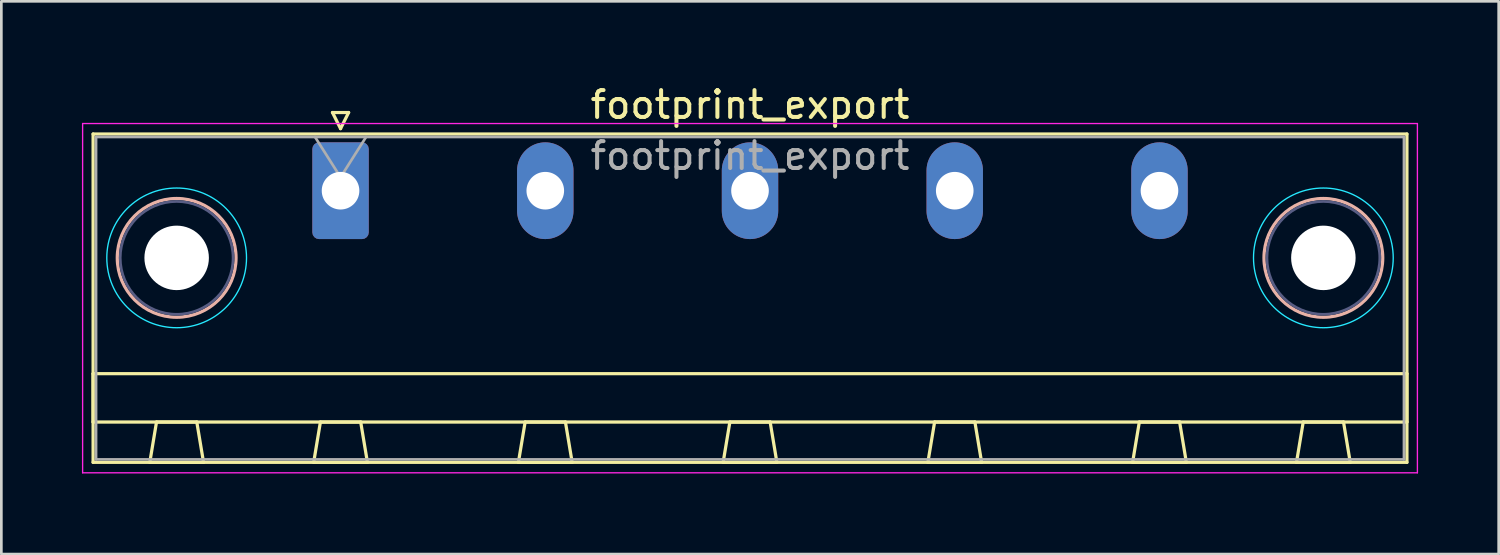
<source format=kicad_pcb>
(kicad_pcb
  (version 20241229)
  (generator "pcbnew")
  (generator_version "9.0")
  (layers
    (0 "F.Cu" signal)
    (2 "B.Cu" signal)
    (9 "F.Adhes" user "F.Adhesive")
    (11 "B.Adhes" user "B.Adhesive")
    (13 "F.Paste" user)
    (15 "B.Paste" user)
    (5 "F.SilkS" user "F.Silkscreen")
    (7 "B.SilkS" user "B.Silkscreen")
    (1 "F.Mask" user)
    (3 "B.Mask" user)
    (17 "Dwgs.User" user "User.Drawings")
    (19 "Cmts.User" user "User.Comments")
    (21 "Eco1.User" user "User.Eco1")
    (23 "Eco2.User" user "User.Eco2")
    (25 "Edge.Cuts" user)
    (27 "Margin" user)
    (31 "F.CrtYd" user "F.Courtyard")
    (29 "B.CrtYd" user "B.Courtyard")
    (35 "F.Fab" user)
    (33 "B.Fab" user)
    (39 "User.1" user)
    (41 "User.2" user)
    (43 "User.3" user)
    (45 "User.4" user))
  (footprint "footprint_export"
    (layer "F.Cu")
    (at 9.625 4.048)
    (property "Reference" "footprint_export" (at 15.24 -3.2 0) (layer "F.SilkS") (effects (font (size 1 1) (thickness 0.15))))
    (attr through_hole)
    (fp_line (start -9.21 -2.11) (end -9.21 10.11) (stroke (width 0.12) (type solid)) (layer "F.SilkS"))
    (fp_line (start -9.21 6.81) (end 39.69 6.81) (stroke (width 0.12) (type solid)) (layer "F.SilkS"))
    (fp_line (start -9.21 8.61) (end -9.21 6.81) (stroke (width 0.12) (type solid)) (layer "F.SilkS"))
    (fp_line (start -9.21 10.11) (end 39.69 10.11) (stroke (width 0.12) (type solid)) (layer "F.SilkS"))
    (fp_line (start -7.1 10.11) (end -5.1 10.11) (stroke (width 0.12) (type solid)) (layer "F.SilkS"))
    (fp_line (start -6.85 8.61) (end -7.1 10.11) (stroke (width 0.12) (type solid)) (layer "F.SilkS"))
    (fp_line (start -5.35 8.61) (end -6.85 8.61) (stroke (width 0.12) (type solid)) (layer "F.SilkS"))
    (fp_line (start -5.1 10.11) (end -5.35 8.61) (stroke (width 0.12) (type solid)) (layer "F.SilkS"))
    (fp_line (start -1 10.11) (end 1 10.11) (stroke (width 0.12) (type solid)) (layer "F.SilkS"))
    (fp_line (start -0.75 8.61) (end -1 10.11) (stroke (width 0.12) (type solid)) (layer "F.SilkS"))
    (fp_line (start -0.3 -2.91) (end 0.3 -2.91) (stroke (width 0.12) (type solid)) (layer "F.SilkS"))
    (fp_line (start 0 -2.31) (end -0.3 -2.91) (stroke (width 0.12) (type solid)) (layer "F.SilkS"))
    (fp_line (start 0.3 -2.91) (end 0 -2.31) (stroke (width 0.12) (type solid)) (layer "F.SilkS"))
    (fp_line (start 0.75 8.61) (end -0.75 8.61) (stroke (width 0.12) (type solid)) (layer "F.SilkS"))
    (fp_line (start 1 10.11) (end 0.75 8.61) (stroke (width 0.12) (type solid)) (layer "F.SilkS"))
    (fp_line (start 6.62 10.11) (end 8.62 10.11) (stroke (width 0.12) (type solid)) (layer "F.SilkS"))
    (fp_line (start 6.87 8.61) (end 6.62 10.11) (stroke (width 0.12) (type solid)) (layer "F.SilkS"))
    (fp_line (start 8.37 8.61) (end 6.87 8.61) (stroke (width 0.12) (type solid)) (layer "F.SilkS"))
    (fp_line (start 8.62 10.11) (end 8.37 8.61) (stroke (width 0.12) (type solid)) (layer "F.SilkS"))
    (fp_line (start 14.24 10.11) (end 16.24 10.11) (stroke (width 0.12) (type solid)) (layer "F.SilkS"))
    (fp_line (start 14.49 8.61) (end 14.24 10.11) (stroke (width 0.12) (type solid)) (layer "F.SilkS"))
    (fp_line (start 15.99 8.61) (end 14.49 8.61) (stroke (width 0.12) (type solid)) (layer "F.SilkS"))
    (fp_line (start 16.24 10.11) (end 15.99 8.61) (stroke (width 0.12) (type solid)) (layer "F.SilkS"))
    (fp_line (start 21.86 10.11) (end 23.86 10.11) (stroke (width 0.12) (type solid)) (layer "F.SilkS"))
    (fp_line (start 22.11 8.61) (end 21.86 10.11) (stroke (width 0.12) (type solid)) (layer "F.SilkS"))
    (fp_line (start 23.61 8.61) (end 22.11 8.61) (stroke (width 0.12) (type solid)) (layer "F.SilkS"))
    (fp_line (start 23.86 10.11) (end 23.61 8.61) (stroke (width 0.12) (type solid)) (layer "F.SilkS"))
    (fp_line (start 29.48 10.11) (end 31.48 10.11) (stroke (width 0.12) (type solid)) (layer "F.SilkS"))
    (fp_line (start 29.73 8.61) (end 29.48 10.11) (stroke (width 0.12) (type solid)) (layer "F.SilkS"))
    (fp_line (start 31.23 8.61) (end 29.73 8.61) (stroke (width 0.12) (type solid)) (layer "F.SilkS"))
    (fp_line (start 31.48 10.11) (end 31.23 8.61) (stroke (width 0.12) (type solid)) (layer "F.SilkS"))
    (fp_line (start 35.58 10.11) (end 37.58 10.11) (stroke (width 0.12) (type solid)) (layer "F.SilkS"))
    (fp_line (start 35.83 8.61) (end 35.58 10.11) (stroke (width 0.12) (type solid)) (layer "F.SilkS"))
    (fp_line (start 37.33 8.61) (end 35.83 8.61) (stroke (width 0.12) (type solid)) (layer "F.SilkS"))
    (fp_line (start 37.58 10.11) (end 37.33 8.61) (stroke (width 0.12) (type solid)) (layer "F.SilkS"))
    (fp_line (start 39.69 -2.11) (end -9.21 -2.11) (stroke (width 0.12) (type solid)) (layer "F.SilkS"))
    (fp_line (start 39.69 6.81) (end 39.69 8.61) (stroke (width 0.12) (type solid)) (layer "F.SilkS"))
    (fp_line (start 39.69 8.61) (end -9.21 8.61) (stroke (width 0.12) (type solid)) (layer "F.SilkS"))
    (fp_line (start 39.69 10.11) (end 39.69 -2.11) (stroke (width 0.12) (type solid)) (layer "F.SilkS"))
    (fp_circle (center -6.1 2.5) (end -3.89 2.5) (stroke (width 0.12) (type solid)) (fill no) (layer "B.SilkS"))
    (fp_circle (center 36.58 2.5) (end 38.79 2.5) (stroke (width 0.12) (type solid)) (fill no) (layer "B.SilkS"))
    (fp_circle (center -6.1 2.5) (end -3.5 2.5) (stroke (width 0.05) (type solid)) (fill no) (layer "B.CrtYd"))
    (fp_circle (center 36.58 2.5) (end 39.18 2.5) (stroke (width 0.05) (type solid)) (fill no) (layer "B.CrtYd"))
    (fp_line (start -9.6 -2.5) (end -9.6 10.5) (stroke (width 0.05) (type solid)) (layer "F.CrtYd"))
    (fp_line (start -9.6 10.5) (end 40.08 10.5) (stroke (width 0.05) (type solid)) (layer "F.CrtYd"))
    (fp_line (start 40.08 -2.5) (end -9.6 -2.5) (stroke (width 0.05) (type solid)) (layer "F.CrtYd"))
    (fp_line (start 40.08 10.5) (end 40.08 -2.5) (stroke (width 0.05) (type solid)) (layer "F.CrtYd"))
    (fp_circle (center -6.1 2.5) (end -4 2.5) (stroke (width 0.1) (type solid)) (fill no) (layer "B.Fab"))
    (fp_circle (center 36.58 2.5) (end 38.68 2.5) (stroke (width 0.1) (type solid)) (fill no) (layer "B.Fab"))
    (fp_line (start -9.1 -2) (end -9.1 10) (stroke (width 0.1) (type solid)) (layer "F.Fab"))
    (fp_line (start -9.1 10) (end 39.58 10) (stroke (width 0.1) (type solid)) (layer "F.Fab"))
    (fp_line (start 0 -0.5) (end -0.95 -2) (stroke (width 0.1) (type solid)) (layer "F.Fab"))
    (fp_line (start 0.95 -2) (end 0 -0.5) (stroke (width 0.1) (type solid)) (layer "F.Fab"))
    (fp_line (start 39.58 -2) (end -9.1 -2) (stroke (width 0.1) (type solid)) (layer "F.Fab"))
    (fp_line (start 39.58 10) (end 39.58 -2) (stroke (width 0.1) (type solid)) (layer "F.Fab"))
    (fp_text user "${REFERENCE}" (at 15.24 -1.3 0) (layer "F.Fab") (effects (font (size 1 1) (thickness 0.15))))
    (pad "" np_thru_hole circle (at -6.1 2.5) (size 2.4 2.4) (drill 2.4) (layers "*.Cu" "*.Mask"))
    (pad "" np_thru_hole circle (at 36.58 2.5) (size 2.4 2.4) (drill 2.4) (layers "*.Cu" "*.Mask"))
    (pad "1" thru_hole roundrect (at 0 0) (size 2.1 3.6) (drill 1.4) (layers "*.Cu" "*.Mask") (roundrect_rratio 0.119))
    (pad "2" thru_hole oval (at 7.62 0) (size 2.1 3.6) (drill 1.4) (layers "*.Cu" "*.Mask"))
    (pad "3" thru_hole oval (at 15.24 0) (size 2.1 3.6) (drill 1.4) (layers "*.Cu" "*.Mask"))
    (pad "4" thru_hole oval (at 22.86 0) (size 2.1 3.6) (drill 1.4) (layers "*.Cu" "*.Mask"))
    (pad "5" thru_hole oval (at 30.48 0) (size 2.1 3.6) (drill 1.4) (layers "*.Cu" "*.Mask")))
  (gr_rect
    (start -3 -3)
    (end 52.73 17.573)
    (stroke (width 0.1) (type default))
    (fill no)
    (layer "Edge.Cuts")))
</source>
